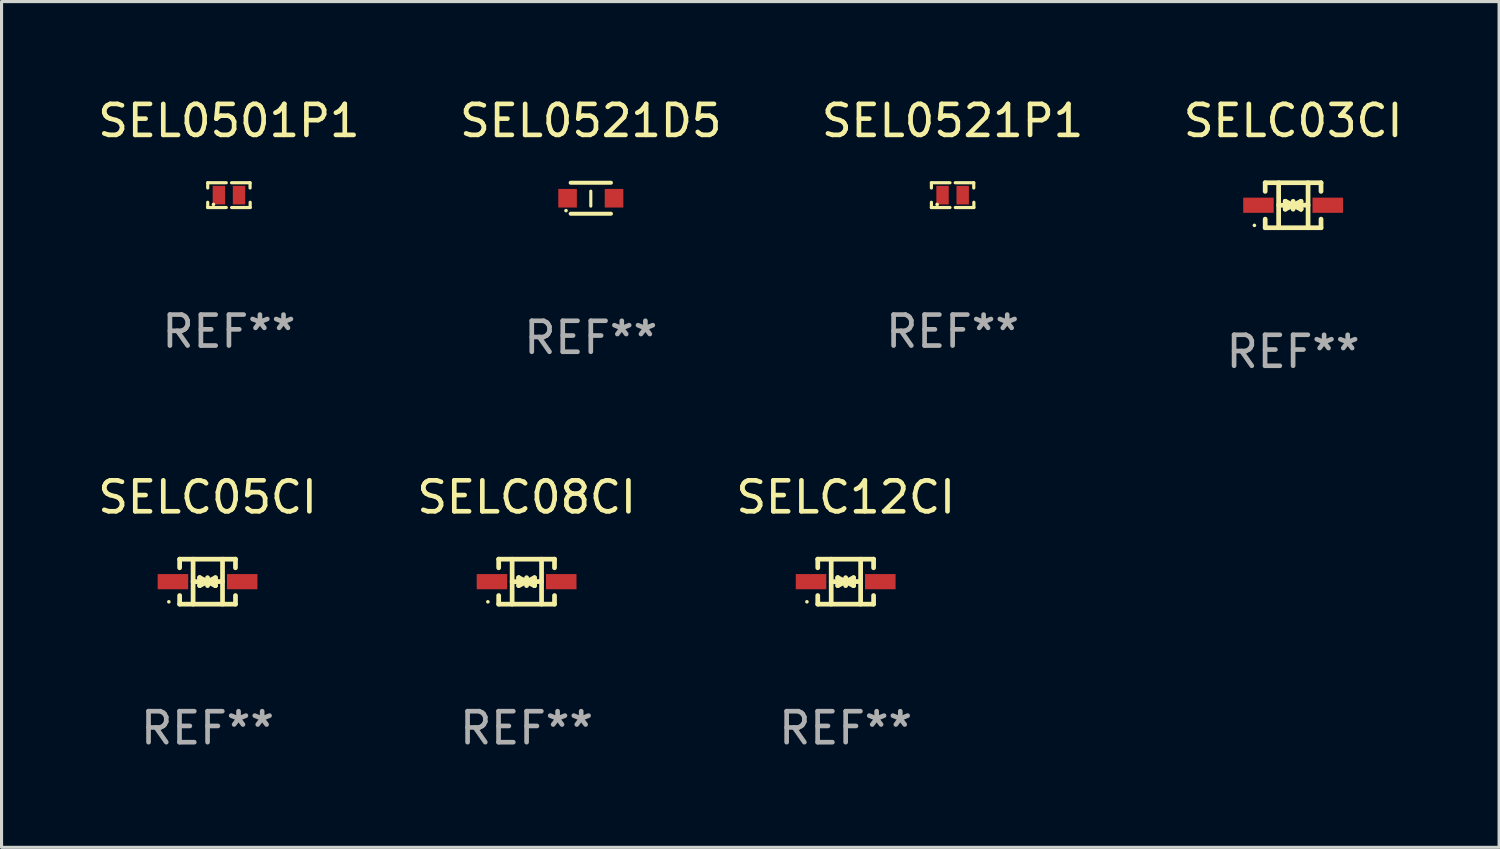
<source format=kicad_pcb>
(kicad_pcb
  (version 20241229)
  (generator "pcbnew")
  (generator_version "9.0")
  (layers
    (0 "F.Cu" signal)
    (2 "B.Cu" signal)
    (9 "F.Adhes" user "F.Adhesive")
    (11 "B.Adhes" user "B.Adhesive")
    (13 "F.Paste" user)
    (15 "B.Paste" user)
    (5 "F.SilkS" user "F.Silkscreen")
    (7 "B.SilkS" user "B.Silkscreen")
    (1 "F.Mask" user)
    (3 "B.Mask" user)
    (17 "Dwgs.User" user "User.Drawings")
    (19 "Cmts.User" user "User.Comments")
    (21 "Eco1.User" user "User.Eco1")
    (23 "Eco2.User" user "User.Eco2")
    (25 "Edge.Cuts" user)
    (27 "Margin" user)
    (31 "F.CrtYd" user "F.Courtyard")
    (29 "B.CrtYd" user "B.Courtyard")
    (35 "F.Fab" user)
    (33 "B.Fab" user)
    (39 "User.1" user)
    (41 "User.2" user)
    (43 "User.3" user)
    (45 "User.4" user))
  (footprint "SEL0501P1"
    (layer "F.Cu")
    (at 4.339 3.248)
    (property "Reference" "SEL0501P1" (at 0 -2.4 0) (layer "F.SilkS") (effects (font (size 1 1) (thickness 0.15))))
    (attr through_hole)
    (fp_line (start -0.685 -0.4) (end -0.685 -0.23) (stroke (width 0.102) (type solid)) (layer "F.SilkS"))
    (fp_line (start -0.685 0.4) (end -0.685 0.23) (stroke (width 0.102) (type solid)) (layer "F.SilkS"))
    (fp_line (start -0.085 -0.4) (end -0.685 -0.4) (stroke (width 0.102) (type solid)) (layer "F.SilkS"))
    (fp_line (start -0.085 0.4) (end -0.685 0.4) (stroke (width 0.102) (type solid)) (layer "F.SilkS"))
    (fp_line (start 0.082 -0.4) (end 0.682 -0.4) (stroke (width 0.102) (type solid)) (layer "F.SilkS"))
    (fp_line (start 0.085 0.4) (end 0.685 0.4) (stroke (width 0.102) (type solid)) (layer "F.SilkS"))
    (fp_line (start 0.682 -0.4) (end 0.682 -0.23) (stroke (width 0.102) (type solid)) (layer "F.SilkS"))
    (fp_line (start 0.685 0.4) (end 0.685 0.23) (stroke (width 0.102) (type solid)) (layer "F.SilkS"))
    (fp_circle (center -0.5 0.3) (end -0.47 0.3) (stroke (width 0.06) (type solid)) (fill no) (layer "F.SilkS"))
    (fp_text user "REF**" (at 0 4.4 0) (layer "F.Fab") (effects (font (size 1 1) (thickness 0.15))))
    (pad "1" smd rect (at -0.325 0) (size 0.4 0.6) (layers "F.Cu" "F.Mask" "F.Paste"))
    (pad "2" smd rect (at 0.325 0) (size 0.4 0.6) (layers "F.Cu" "F.Mask" "F.Paste")))
  (footprint "SELC03CI"
    (layer "F.Cu")
    (at 38.685 3.574)
    (property "Reference" "SELC03CI" (at 0 -2.726 0) (layer "F.SilkS") (effects (font (size 1 1) (thickness 0.15))))
    (attr through_hole)
    (fp_line (start -0.901 -0.726) (end -0.901 -0.448) (stroke (width 0.152) (type solid)) (layer "F.SilkS"))
    (fp_line (start -0.901 0.726) (end -0.901 0.448) (stroke (width 0.152) (type solid)) (layer "F.SilkS"))
    (fp_line (start -0.467 0) (end 0.483 -0.003) (stroke (width 0.154) (type solid)) (layer "F.SilkS"))
    (fp_line (start -0.467 0.726) (end -0.467 -0.726) (stroke (width 0.152) (type solid)) (layer "F.SilkS"))
    (fp_line (start -0.254 -0.127) (end -0.254 -0.127) (stroke (width 0.154) (type solid)) (layer "F.SilkS"))
    (fp_line (start -0.254 -0.127) (end -0.002 -0.003) (stroke (width 0.154) (type solid)) (layer "F.SilkS"))
    (fp_line (start -0.254 0.127) (end -0.254 -0.127) (stroke (width 0.154) (type solid)) (layer "F.SilkS"))
    (fp_line (start -0.127 0) (end 0.003 0) (stroke (width 0.154) (type solid)) (layer "F.SilkS"))
    (fp_line (start -0.003 0) (end -0.254 0.127) (stroke (width 0.154) (type solid)) (layer "F.SilkS"))
    (fp_line (start 0 -0.127) (end 0 0.127) (stroke (width 0.154) (type solid)) (layer "F.SilkS"))
    (fp_line (start 0.003 0) (end 0.254 -0.127) (stroke (width 0.154) (type solid)) (layer "F.SilkS"))
    (fp_line (start 0.127 0) (end -0.003 0) (stroke (width 0.154) (type solid)) (layer "F.SilkS"))
    (fp_line (start 0.254 -0.127) (end 0.254 0.127) (stroke (width 0.154) (type solid)) (layer "F.SilkS"))
    (fp_line (start 0.254 0.127) (end 0.002 0.003) (stroke (width 0.154) (type solid)) (layer "F.SilkS"))
    (fp_line (start 0.254 0.127) (end 0.254 0.127) (stroke (width 0.154) (type solid)) (layer "F.SilkS"))
    (fp_line (start 0.483 0.726) (end 0.483 -0.726) (stroke (width 0.152) (type solid)) (layer "F.SilkS"))
    (fp_line (start 0.901 -0.726) (end -0.901 -0.726) (stroke (width 0.152) (type solid)) (layer "F.SilkS"))
    (fp_line (start 0.901 -0.726) (end 0.901 -0.448) (stroke (width 0.152) (type solid)) (layer "F.SilkS"))
    (fp_line (start 0.901 0.726) (end -0.901 0.726) (stroke (width 0.152) (type solid)) (layer "F.SilkS"))
    (fp_line (start 0.901 0.726) (end 0.901 0.448) (stroke (width 0.152) (type solid)) (layer "F.SilkS"))
    (fp_circle (center -1.25 0.65) (end -1.22 0.65) (stroke (width 0.06) (type solid)) (fill no) (layer "F.SilkS"))
    (fp_text user "REF**" (at 0 4.726 0) (layer "F.Fab") (effects (font (size 1 1) (thickness 0.15))))
    (pad "1" smd rect (at -1.118 0) (size 0.985 0.49) (layers "F.Cu" "F.Mask" "F.Paste"))
    (pad "2" smd rect (at 1.118 0) (size 0.985 0.49) (layers "F.Cu" "F.Mask" "F.Paste")))
  (footprint "SEL0521D5"
    (layer "F.Cu")
    (at 16.018 3.348)
    (property "Reference" "SEL0521D5" (at 0 -2.5 0) (layer "F.SilkS") (effects (font (size 1 1) (thickness 0.15))))
    (attr through_hole)
    (fp_line (start -0.65 -0.5) (end 0.65 -0.5) (stroke (width 0.13) (type solid)) (layer "F.SilkS"))
    (fp_line (start -0.65 0.5) (end 0.65 0.5) (stroke (width 0.13) (type solid)) (layer "F.SilkS"))
    (fp_line (start 0 -0.229) (end 0 0.254) (stroke (width 0.1) (type solid)) (layer "F.SilkS"))
    (fp_circle (center -0.8 0.4) (end -0.77 0.4) (stroke (width 0.06) (type solid)) (fill no) (layer "F.SilkS"))
    (fp_text user "REF**" (at 0 4.5 0) (layer "F.Fab") (effects (font (size 1 1) (thickness 0.15))))
    (pad "1" smd rect (at -0.75 0) (size 0.6 0.6) (layers "F.Cu" "F.Mask" "F.Paste"))
    (pad "2" smd rect (at 0.75 0 180) (size 0.6 0.6) (layers "F.Cu" "F.Mask" "F.Paste")))
  (footprint "SELC05CI"
    (layer "F.Cu")
    (at 3.649 15.723)
    (property "Reference" "SELC05CI" (at 0 -2.726 0) (layer "F.SilkS") (effects (font (size 1 1) (thickness 0.15))))
    (attr through_hole)
    (fp_line (start -0.901 -0.726) (end -0.901 -0.448) (stroke (width 0.152) (type solid)) (layer "F.SilkS"))
    (fp_line (start -0.901 0.726) (end -0.901 0.448) (stroke (width 0.152) (type solid)) (layer "F.SilkS"))
    (fp_line (start -0.467 0) (end 0.483 -0.003) (stroke (width 0.154) (type solid)) (layer "F.SilkS"))
    (fp_line (start -0.467 0.726) (end -0.467 -0.726) (stroke (width 0.152) (type solid)) (layer "F.SilkS"))
    (fp_line (start -0.254 -0.127) (end -0.254 -0.127) (stroke (width 0.154) (type solid)) (layer "F.SilkS"))
    (fp_line (start -0.254 -0.127) (end -0.002 -0.003) (stroke (width 0.154) (type solid)) (layer "F.SilkS"))
    (fp_line (start -0.254 0.127) (end -0.254 -0.127) (stroke (width 0.154) (type solid)) (layer "F.SilkS"))
    (fp_line (start -0.127 0) (end 0.003 0) (stroke (width 0.154) (type solid)) (layer "F.SilkS"))
    (fp_line (start -0.003 0) (end -0.254 0.127) (stroke (width 0.154) (type solid)) (layer "F.SilkS"))
    (fp_line (start 0 -0.127) (end 0 0.127) (stroke (width 0.154) (type solid)) (layer "F.SilkS"))
    (fp_line (start 0.003 0) (end 0.254 -0.127) (stroke (width 0.154) (type solid)) (layer "F.SilkS"))
    (fp_line (start 0.127 0) (end -0.003 0) (stroke (width 0.154) (type solid)) (layer "F.SilkS"))
    (fp_line (start 0.254 -0.127) (end 0.254 0.127) (stroke (width 0.154) (type solid)) (layer "F.SilkS"))
    (fp_line (start 0.254 0.127) (end 0.002 0.003) (stroke (width 0.154) (type solid)) (layer "F.SilkS"))
    (fp_line (start 0.254 0.127) (end 0.254 0.127) (stroke (width 0.154) (type solid)) (layer "F.SilkS"))
    (fp_line (start 0.483 0.726) (end 0.483 -0.726) (stroke (width 0.152) (type solid)) (layer "F.SilkS"))
    (fp_line (start 0.901 -0.726) (end -0.901 -0.726) (stroke (width 0.152) (type solid)) (layer "F.SilkS"))
    (fp_line (start 0.901 -0.726) (end 0.901 -0.448) (stroke (width 0.152) (type solid)) (layer "F.SilkS"))
    (fp_line (start 0.901 0.726) (end -0.901 0.726) (stroke (width 0.152) (type solid)) (layer "F.SilkS"))
    (fp_line (start 0.901 0.726) (end 0.901 0.448) (stroke (width 0.152) (type solid)) (layer "F.SilkS"))
    (fp_circle (center -1.25 0.65) (end -1.22 0.65) (stroke (width 0.06) (type solid)) (fill no) (layer "F.SilkS"))
    (fp_text user "REF**" (at 0 4.726 0) (layer "F.Fab") (effects (font (size 1 1) (thickness 0.15))))
    (pad "1" smd rect (at -1.118 0) (size 0.985 0.49) (layers "F.Cu" "F.Mask" "F.Paste"))
    (pad "2" smd rect (at 1.118 0) (size 0.985 0.49) (layers "F.Cu" "F.Mask" "F.Paste")))
  (footprint "SEL0521P1"
    (layer "F.Cu")
    (at 27.696 3.248)
    (property "Reference" "SEL0521P1" (at 0 -2.4 0) (layer "F.SilkS") (effects (font (size 1 1) (thickness 0.15))))
    (attr through_hole)
    (fp_line (start -0.685 -0.4) (end -0.685 -0.23) (stroke (width 0.102) (type solid)) (layer "F.SilkS"))
    (fp_line (start -0.685 0.4) (end -0.685 0.23) (stroke (width 0.102) (type solid)) (layer "F.SilkS"))
    (fp_line (start -0.085 -0.4) (end -0.685 -0.4) (stroke (width 0.102) (type solid)) (layer "F.SilkS"))
    (fp_line (start -0.085 0.4) (end -0.685 0.4) (stroke (width 0.102) (type solid)) (layer "F.SilkS"))
    (fp_line (start 0.082 -0.4) (end 0.682 -0.4) (stroke (width 0.102) (type solid)) (layer "F.SilkS"))
    (fp_line (start 0.085 0.4) (end 0.685 0.4) (stroke (width 0.102) (type solid)) (layer "F.SilkS"))
    (fp_line (start 0.682 -0.4) (end 0.682 -0.23) (stroke (width 0.102) (type solid)) (layer "F.SilkS"))
    (fp_line (start 0.685 0.4) (end 0.685 0.23) (stroke (width 0.102) (type solid)) (layer "F.SilkS"))
    (fp_circle (center -0.5 0.3) (end -0.47 0.3) (stroke (width 0.06) (type solid)) (fill no) (layer "F.SilkS"))
    (fp_text user "REF**" (at 0 4.4 0) (layer "F.Fab") (effects (font (size 1 1) (thickness 0.15))))
    (pad "1" smd rect (at -0.325 0) (size 0.4 0.6) (layers "F.Cu" "F.Mask" "F.Paste"))
    (pad "2" smd rect (at 0.325 0) (size 0.4 0.6) (layers "F.Cu" "F.Mask" "F.Paste")))
  (footprint "SELC08CI"
    (layer "F.Cu")
    (at 13.946 15.723)
    (property "Reference" "SELC08CI" (at 0 -2.726 0) (layer "F.SilkS") (effects (font (size 1 1) (thickness 0.15))))
    (attr through_hole)
    (fp_line (start -0.901 -0.726) (end -0.901 -0.448) (stroke (width 0.152) (type solid)) (layer "F.SilkS"))
    (fp_line (start -0.901 0.726) (end -0.901 0.448) (stroke (width 0.152) (type solid)) (layer "F.SilkS"))
    (fp_line (start -0.467 0) (end 0.483 -0.003) (stroke (width 0.154) (type solid)) (layer "F.SilkS"))
    (fp_line (start -0.467 0.726) (end -0.467 -0.726) (stroke (width 0.152) (type solid)) (layer "F.SilkS"))
    (fp_line (start -0.254 -0.127) (end -0.254 -0.127) (stroke (width 0.154) (type solid)) (layer "F.SilkS"))
    (fp_line (start -0.254 -0.127) (end -0.002 -0.003) (stroke (width 0.154) (type solid)) (layer "F.SilkS"))
    (fp_line (start -0.254 0.127) (end -0.254 -0.127) (stroke (width 0.154) (type solid)) (layer "F.SilkS"))
    (fp_line (start -0.127 0) (end 0.003 0) (stroke (width 0.154) (type solid)) (layer "F.SilkS"))
    (fp_line (start -0.003 0) (end -0.254 0.127) (stroke (width 0.154) (type solid)) (layer "F.SilkS"))
    (fp_line (start 0 -0.127) (end 0 0.127) (stroke (width 0.154) (type solid)) (layer "F.SilkS"))
    (fp_line (start 0.003 0) (end 0.254 -0.127) (stroke (width 0.154) (type solid)) (layer "F.SilkS"))
    (fp_line (start 0.127 0) (end -0.003 0) (stroke (width 0.154) (type solid)) (layer "F.SilkS"))
    (fp_line (start 0.254 -0.127) (end 0.254 0.127) (stroke (width 0.154) (type solid)) (layer "F.SilkS"))
    (fp_line (start 0.254 0.127) (end 0.002 0.003) (stroke (width 0.154) (type solid)) (layer "F.SilkS"))
    (fp_line (start 0.254 0.127) (end 0.254 0.127) (stroke (width 0.154) (type solid)) (layer "F.SilkS"))
    (fp_line (start 0.483 0.726) (end 0.483 -0.726) (stroke (width 0.152) (type solid)) (layer "F.SilkS"))
    (fp_line (start 0.901 -0.726) (end -0.901 -0.726) (stroke (width 0.152) (type solid)) (layer "F.SilkS"))
    (fp_line (start 0.901 -0.726) (end 0.901 -0.448) (stroke (width 0.152) (type solid)) (layer "F.SilkS"))
    (fp_line (start 0.901 0.726) (end -0.901 0.726) (stroke (width 0.152) (type solid)) (layer "F.SilkS"))
    (fp_line (start 0.901 0.726) (end 0.901 0.448) (stroke (width 0.152) (type solid)) (layer "F.SilkS"))
    (fp_circle (center -1.25 0.65) (end -1.22 0.65) (stroke (width 0.06) (type solid)) (fill no) (layer "F.SilkS"))
    (fp_text user "REF**" (at 0 4.726 0) (layer "F.Fab") (effects (font (size 1 1) (thickness 0.15))))
    (pad "1" smd rect (at -1.118 0) (size 0.985 0.49) (layers "F.Cu" "F.Mask" "F.Paste"))
    (pad "2" smd rect (at 1.118 0) (size 0.985 0.49) (layers "F.Cu" "F.Mask" "F.Paste")))
  (footprint "SELC12CI"
    (layer "F.Cu")
    (at 24.244 15.723)
    (property "Reference" "SELC12CI" (at 0 -2.726 0) (layer "F.SilkS") (effects (font (size 1 1) (thickness 0.15))))
    (attr through_hole)
    (fp_line (start -0.901 -0.726) (end -0.901 -0.448) (stroke (width 0.152) (type solid)) (layer "F.SilkS"))
    (fp_line (start -0.901 0.726) (end -0.901 0.448) (stroke (width 0.152) (type solid)) (layer "F.SilkS"))
    (fp_line (start -0.467 0) (end 0.483 -0.003) (stroke (width 0.154) (type solid)) (layer "F.SilkS"))
    (fp_line (start -0.467 0.726) (end -0.467 -0.726) (stroke (width 0.152) (type solid)) (layer "F.SilkS"))
    (fp_line (start -0.254 -0.127) (end -0.254 -0.127) (stroke (width 0.154) (type solid)) (layer "F.SilkS"))
    (fp_line (start -0.254 -0.127) (end -0.002 -0.003) (stroke (width 0.154) (type solid)) (layer "F.SilkS"))
    (fp_line (start -0.254 0.127) (end -0.254 -0.127) (stroke (width 0.154) (type solid)) (layer "F.SilkS"))
    (fp_line (start -0.127 0) (end 0.003 0) (stroke (width 0.154) (type solid)) (layer "F.SilkS"))
    (fp_line (start -0.003 0) (end -0.254 0.127) (stroke (width 0.154) (type solid)) (layer "F.SilkS"))
    (fp_line (start 0 -0.127) (end 0 0.127) (stroke (width 0.154) (type solid)) (layer "F.SilkS"))
    (fp_line (start 0.003 0) (end 0.254 -0.127) (stroke (width 0.154) (type solid)) (layer "F.SilkS"))
    (fp_line (start 0.127 0) (end -0.003 0) (stroke (width 0.154) (type solid)) (layer "F.SilkS"))
    (fp_line (start 0.254 -0.127) (end 0.254 0.127) (stroke (width 0.154) (type solid)) (layer "F.SilkS"))
    (fp_line (start 0.254 0.127) (end 0.002 0.003) (stroke (width 0.154) (type solid)) (layer "F.SilkS"))
    (fp_line (start 0.254 0.127) (end 0.254 0.127) (stroke (width 0.154) (type solid)) (layer "F.SilkS"))
    (fp_line (start 0.483 0.726) (end 0.483 -0.726) (stroke (width 0.152) (type solid)) (layer "F.SilkS"))
    (fp_line (start 0.901 -0.726) (end -0.901 -0.726) (stroke (width 0.152) (type solid)) (layer "F.SilkS"))
    (fp_line (start 0.901 -0.726) (end 0.901 -0.448) (stroke (width 0.152) (type solid)) (layer "F.SilkS"))
    (fp_line (start 0.901 0.726) (end -0.901 0.726) (stroke (width 0.152) (type solid)) (layer "F.SilkS"))
    (fp_line (start 0.901 0.726) (end 0.901 0.448) (stroke (width 0.152) (type solid)) (layer "F.SilkS"))
    (fp_circle (center -1.25 0.65) (end -1.22 0.65) (stroke (width 0.06) (type solid)) (fill no) (layer "F.SilkS"))
    (fp_text user "REF**" (at 0 4.726 0) (layer "F.Fab") (effects (font (size 1 1) (thickness 0.15))))
    (pad "1" smd rect (at -1.118 0) (size 0.985 0.49) (layers "F.Cu" "F.Mask" "F.Paste"))
    (pad "2" smd rect (at 1.118 0) (size 0.985 0.49) (layers "F.Cu" "F.Mask" "F.Paste")))
  (gr_rect
    (start -3 -3)
    (end 45.333 24.298)
    (stroke (width 0.1) (type default))
    (fill no)
    (layer "Edge.Cuts")))
</source>
